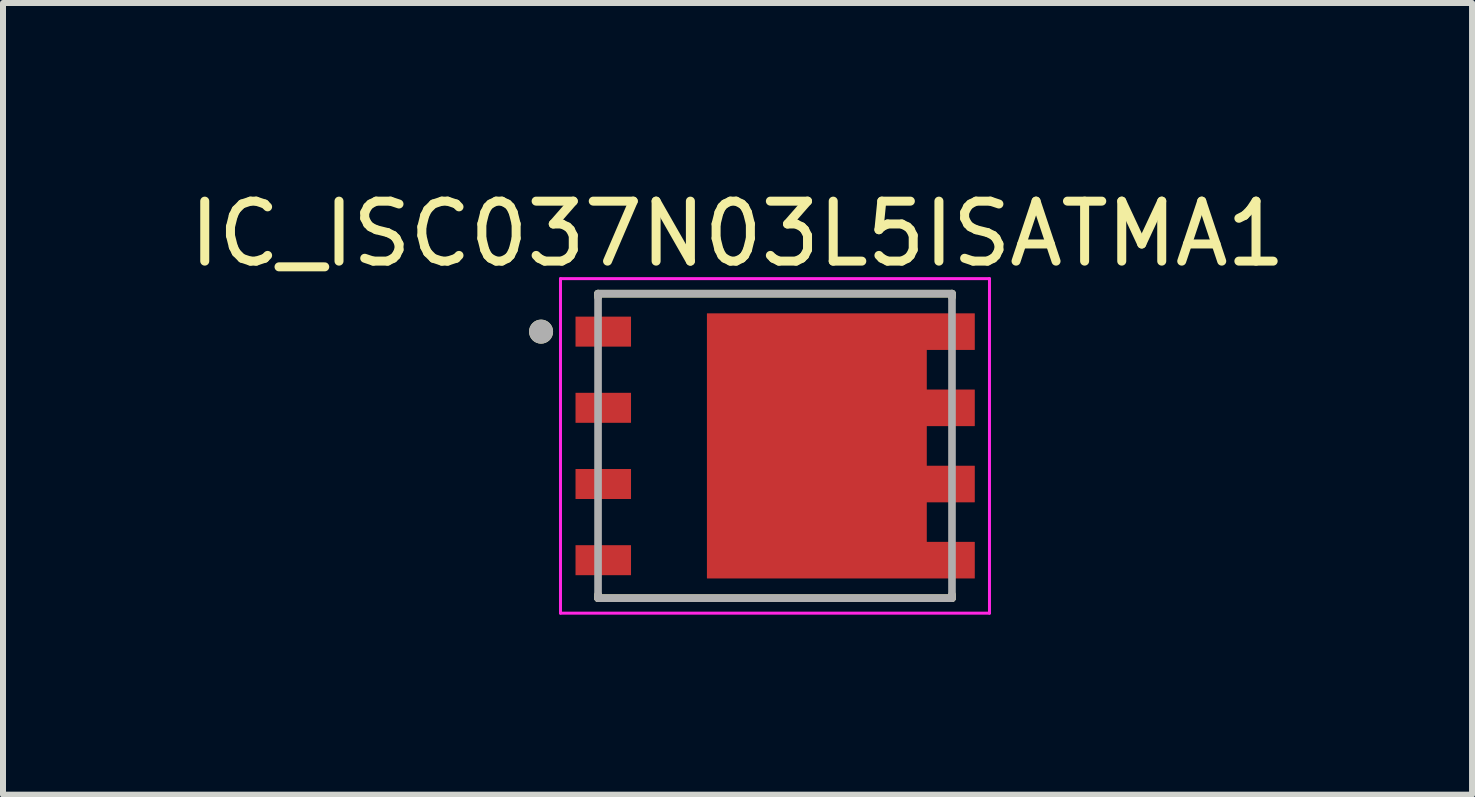
<source format=kicad_pcb>
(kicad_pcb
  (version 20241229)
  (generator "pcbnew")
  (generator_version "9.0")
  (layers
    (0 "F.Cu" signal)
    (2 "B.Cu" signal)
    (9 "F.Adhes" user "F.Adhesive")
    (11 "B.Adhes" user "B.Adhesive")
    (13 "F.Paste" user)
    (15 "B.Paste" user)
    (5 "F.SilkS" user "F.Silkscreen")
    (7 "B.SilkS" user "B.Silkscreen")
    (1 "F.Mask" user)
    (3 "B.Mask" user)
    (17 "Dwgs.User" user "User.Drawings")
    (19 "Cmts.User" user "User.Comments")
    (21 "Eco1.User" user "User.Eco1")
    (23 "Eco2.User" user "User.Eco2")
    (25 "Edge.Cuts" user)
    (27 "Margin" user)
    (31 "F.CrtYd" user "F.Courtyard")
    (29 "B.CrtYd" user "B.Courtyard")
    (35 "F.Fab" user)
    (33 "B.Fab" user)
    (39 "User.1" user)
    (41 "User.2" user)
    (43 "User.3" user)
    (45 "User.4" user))
  (footprint "IC_ISC037N03L5ISATMA1"
    (layer "F.Cu")
    (at 9.869 4.383)
    (property "Reference" "IC_ISC037N03L5ISATMA1" (at -0.625 -3.535 0) (layer "F.SilkS") (effects (font (size 1 1) (thickness 0.15))))
    (attr smd)
    (fp_poly (pts (xy -1.23 -2.305) (xy -1.23 2.305) (xy 3.425 2.305) (xy 3.425 1.505) (xy 2.625 1.505) (xy 2.625 1.035) (xy 3.425 1.035) (xy 3.425 0.235) (xy 2.625 0.235) (xy 2.625 -0.235) (xy 3.425 -0.235) (xy 3.425 -1.035) (xy 2.625 -1.035) (xy 2.625 -1.505) (xy 3.425 -1.505) (xy 3.425 -2.305)) (stroke (width 0.01) (type solid)) (fill yes) (layer "F.Mask"))
    (fp_line (start -2.95 -2.538) (end 2.95 -2.538) (stroke (width 0.127) (type solid)) (layer "F.SilkS"))
    (fp_line (start -2.95 -2.48) (end -2.95 -2.538) (stroke (width 0.127) (type solid)) (layer "F.SilkS"))
    (fp_line (start -2.95 2.48) (end -2.95 2.538) (stroke (width 0.127) (type solid)) (layer "F.SilkS"))
    (fp_line (start 2.95 -2.48) (end 2.95 -2.538) (stroke (width 0.127) (type solid)) (layer "F.SilkS"))
    (fp_line (start 2.95 2.48) (end 2.95 2.538) (stroke (width 0.127) (type solid)) (layer "F.SilkS"))
    (fp_line (start 2.95 2.538) (end -2.95 2.538) (stroke (width 0.127) (type solid)) (layer "F.SilkS"))
    (fp_circle (center -3.9 -1.905) (end -3.8 -1.905) (stroke (width 0.2) (type solid)) (fill no) (layer "F.SilkS"))
    (fp_poly (pts (xy -3.276 -2.105) (xy -2.45 -2.105) (xy -2.45 -1.705) (xy -3.276 -1.705)) (stroke (width 0.01) (type solid)) (fill yes) (layer "F.Paste"))
    (fp_poly (pts (xy -3.276 -0.835) (xy -2.45 -0.835) (xy -2.45 -0.435) (xy -3.276 -0.435)) (stroke (width 0.01) (type solid)) (fill yes) (layer "F.Paste"))
    (fp_poly (pts (xy -3.276 0.435) (xy -2.45 0.435) (xy -2.45 0.835) (xy -3.276 0.835)) (stroke (width 0.01) (type solid)) (fill yes) (layer "F.Paste"))
    (fp_poly (pts (xy -3.276 1.705) (xy -2.45 1.705) (xy -2.45 2.105) (xy -3.276 2.105)) (stroke (width 0.01) (type solid)) (fill yes) (layer "F.Paste"))
    (fp_poly (pts (xy -0.875 0.1) (xy -0.875 1.6) (xy 0.625 1.6) (xy 0.625 0.1)) (stroke (width 0.01) (type solid)) (fill yes) (layer "F.Paste"))
    (fp_poly (pts (xy 0.625 -0.1) (xy -0.875 -0.1) (xy -0.875 -1.6) (xy 0.625 -1.6)) (stroke (width 0.01) (type solid)) (fill yes) (layer "F.Paste"))
    (fp_poly (pts (xy 2.325 -0.1) (xy 0.825 -0.1) (xy 0.825 -1.6) (xy 2.325 -1.6)) (stroke (width 0.01) (type solid)) (fill yes) (layer "F.Paste"))
    (fp_poly (pts (xy 2.325 1.6) (xy 0.825 1.6) (xy 0.825 0.1) (xy 2.325 0.1)) (stroke (width 0.01) (type solid)) (fill yes) (layer "F.Paste"))
    (fp_poly (pts (xy 2.525 -2.155) (xy 3.275 -2.155) (xy 3.275 -1.655) (xy 2.525 -1.655)) (stroke (width 0.01) (type solid)) (fill yes) (layer "F.Paste"))
    (fp_poly (pts (xy 2.525 -0.885) (xy 3.275 -0.885) (xy 3.275 -0.385) (xy 2.525 -0.385)) (stroke (width 0.01) (type solid)) (fill yes) (layer "F.Paste"))
    (fp_poly (pts (xy 2.525 0.385) (xy 3.275 0.385) (xy 3.275 0.885) (xy 2.525 0.885)) (stroke (width 0.01) (type solid)) (fill yes) (layer "F.Paste"))
    (fp_poly (pts (xy 2.525 1.655) (xy 3.275 1.655) (xy 3.275 2.155) (xy 2.525 2.155)) (stroke (width 0.01) (type solid)) (fill yes) (layer "F.Paste"))
    (fp_line (start -3.576 -2.788) (end 3.575 -2.788) (stroke (width 0.05) (type solid)) (layer "F.CrtYd"))
    (fp_line (start -3.576 2.788) (end -3.576 -2.788) (stroke (width 0.05) (type solid)) (layer "F.CrtYd"))
    (fp_line (start 3.575 -2.788) (end 3.575 2.788) (stroke (width 0.05) (type solid)) (layer "F.CrtYd"))
    (fp_line (start 3.575 2.788) (end -3.576 2.788) (stroke (width 0.05) (type solid)) (layer "F.CrtYd"))
    (fp_line (start -2.95 -2.538) (end 2.95 -2.538) (stroke (width 0.127) (type solid)) (layer "F.Fab"))
    (fp_line (start -2.95 2.538) (end -2.95 -2.538) (stroke (width 0.127) (type solid)) (layer "F.Fab"))
    (fp_line (start 2.95 -2.538) (end 2.95 2.538) (stroke (width 0.127) (type solid)) (layer "F.Fab"))
    (fp_line (start 2.95 2.538) (end -2.95 2.538) (stroke (width 0.127) (type solid)) (layer "F.Fab"))
    (fp_circle (center -3.9 -1.905) (end -3.8 -1.905) (stroke (width 0.2) (type solid)) (fill no) (layer "F.Fab"))
    (pad "1" smd rect (at -2.863 -1.905) (size 0.925 0.5) (layers "F.Cu" "F.Mask"))
    (pad "2" smd rect (at -2.863 -0.635) (size 0.925 0.5) (layers "F.Cu" "F.Mask"))
    (pad "3" smd rect (at -2.863 0.635) (size 0.925 0.5) (layers "F.Cu" "F.Mask"))
    (pad "4" smd rect (at -2.863 1.905) (size 0.925 0.5) (layers "F.Cu" "F.Mask"))
    (pad "5" smd custom (at 0 0) (size 0.5 0.5) (layers "F.Cu") (options (anchor rect)) (primitives (gr_poly (pts (xy -1.13 -2.205) (xy -1.13 2.205) (xy 3.325 2.205) (xy 3.325 1.605) (xy 2.525 1.605) (xy 2.525 0.935) (xy 3.325 0.935) (xy 3.325 0.335) (xy 2.525 0.335) (xy 2.525 -0.335) (xy 3.325 -0.335) (xy 3.325 -0.935) (xy 2.525 -0.935) (xy 2.525 -1.605) (xy 3.325 -1.605) (xy 3.325 -2.205)) (width 0.01) (fill yes)))))
  (gr_rect
    (start -3 -3)
    (end 21.488 10.196)
    (stroke (width 0.1) (type default))
    (fill no)
    (layer "Edge.Cuts")))
</source>
